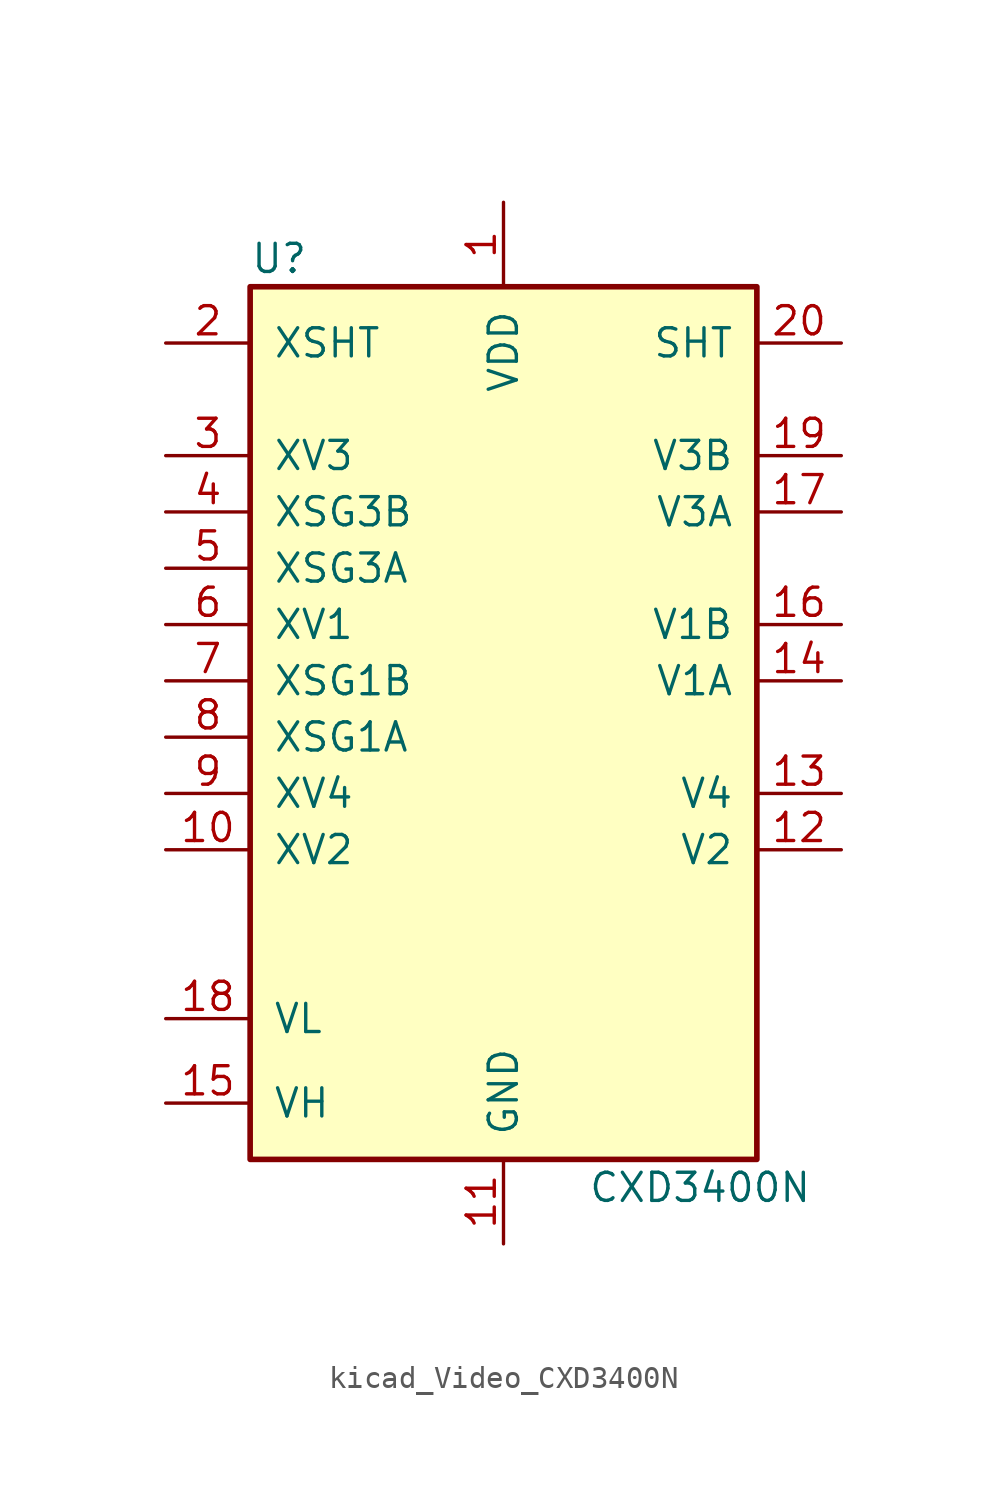
<source format=kicad_sym>
(kicad_symbol_lib
  (version 20220914)
  (generator kicad_symbol_editor)
  (symbol "kicad_Video_CXD3400N"
    (pin_names
      (offset 1.016))
    (property "Reference" "U"
      (at -11.43 21.59 0)
      (effects (font (size 1.27 1.27)) (justify left)))
    (property "Value" "CXD3400N"
      (at 3.81 -20.32 0)
      (effects (font (size 1.27 1.27)) (justify left)))
    (symbol "kicad_Video_CXD3400N_0_1"
      (rectangle (start 11.43 -19.05) (end -11.43 20.32) (stroke (width 0.254) (type default)) (fill (type background))))
    (symbol "kicad_Video_CXD3400N_1_1"
      (pin power_in line (at 0 24.13 270) (length 3.81) (name "VDD" (effects (font (size 1.27 1.27)))) (number "1" (effects (font (size 1.27 1.27)))))
      (pin input line (at -15.24 -5.08 0) (length 3.81) (name "XV2" (effects (font (size 1.27 1.27)))) (number "10" (effects (font (size 1.27 1.27)))))
      (pin power_in line (at 0 -22.86 90) (length 3.81) (name "GND" (effects (font (size 1.27 1.27)))) (number "11" (effects (font (size 1.27 1.27)))))
      (pin output line (at 15.24 -5.08 180) (length 3.81) (name "V2" (effects (font (size 1.27 1.27)))) (number "12" (effects (font (size 1.27 1.27)))))
      (pin output line (at 15.24 -2.54 180) (length 3.81) (name "V4" (effects (font (size 1.27 1.27)))) (number "13" (effects (font (size 1.27 1.27)))))
      (pin output line (at 15.24 2.54 180) (length 3.81) (name "V1A" (effects (font (size 1.27 1.27)))) (number "14" (effects (font (size 1.27 1.27)))))
      (pin power_in line (at -15.24 -16.51 0) (length 3.81) (name "VH" (effects (font (size 1.27 1.27)))) (number "15" (effects (font (size 1.27 1.27)))))
      (pin output line (at 15.24 5.08 180) (length 3.81) (name "V1B" (effects (font (size 1.27 1.27)))) (number "16" (effects (font (size 1.27 1.27)))))
      (pin output line (at 15.24 10.16 180) (length 3.81) (name "V3A" (effects (font (size 1.27 1.27)))) (number "17" (effects (font (size 1.27 1.27)))))
      (pin power_in line (at -15.24 -12.7 0) (length 3.81) (name "VL" (effects (font (size 1.27 1.27)))) (number "18" (effects (font (size 1.27 1.27)))))
      (pin output line (at 15.24 12.7 180) (length 3.81) (name "V3B" (effects (font (size 1.27 1.27)))) (number "19" (effects (font (size 1.27 1.27)))))
      (pin input line (at -15.24 17.78 0) (length 3.81) (name "XSHT" (effects (font (size 1.27 1.27)))) (number "2" (effects (font (size 1.27 1.27)))))
      (pin output line (at 15.24 17.78 180) (length 3.81) (name "SHT" (effects (font (size 1.27 1.27)))) (number "20" (effects (font (size 1.27 1.27)))))
      (pin input line (at -15.24 12.7 0) (length 3.81) (name "XV3" (effects (font (size 1.27 1.27)))) (number "3" (effects (font (size 1.27 1.27)))))
      (pin input line (at -15.24 10.16 0) (length 3.81) (name "XSG3B" (effects (font (size 1.27 1.27)))) (number "4" (effects (font (size 1.27 1.27)))))
      (pin input line (at -15.24 7.62 0) (length 3.81) (name "XSG3A" (effects (font (size 1.27 1.27)))) (number "5" (effects (font (size 1.27 1.27)))))
      (pin input line (at -15.24 5.08 0) (length 3.81) (name "XV1" (effects (font (size 1.27 1.27)))) (number "6" (effects (font (size 1.27 1.27)))))
      (pin input line (at -15.24 2.54 0) (length 3.81) (name "XSG1B" (effects (font (size 1.27 1.27)))) (number "7" (effects (font (size 1.27 1.27)))))
      (pin input line (at -15.24 0 0) (length 3.81) (name "XSG1A" (effects (font (size 1.27 1.27)))) (number "8" (effects (font (size 1.27 1.27)))))
      (pin input line (at -15.24 -2.54 0) (length 3.81) (name "XV4" (effects (font (size 1.27 1.27)))) (number "9" (effects (font (size 1.27 1.27))))))))
</source>
